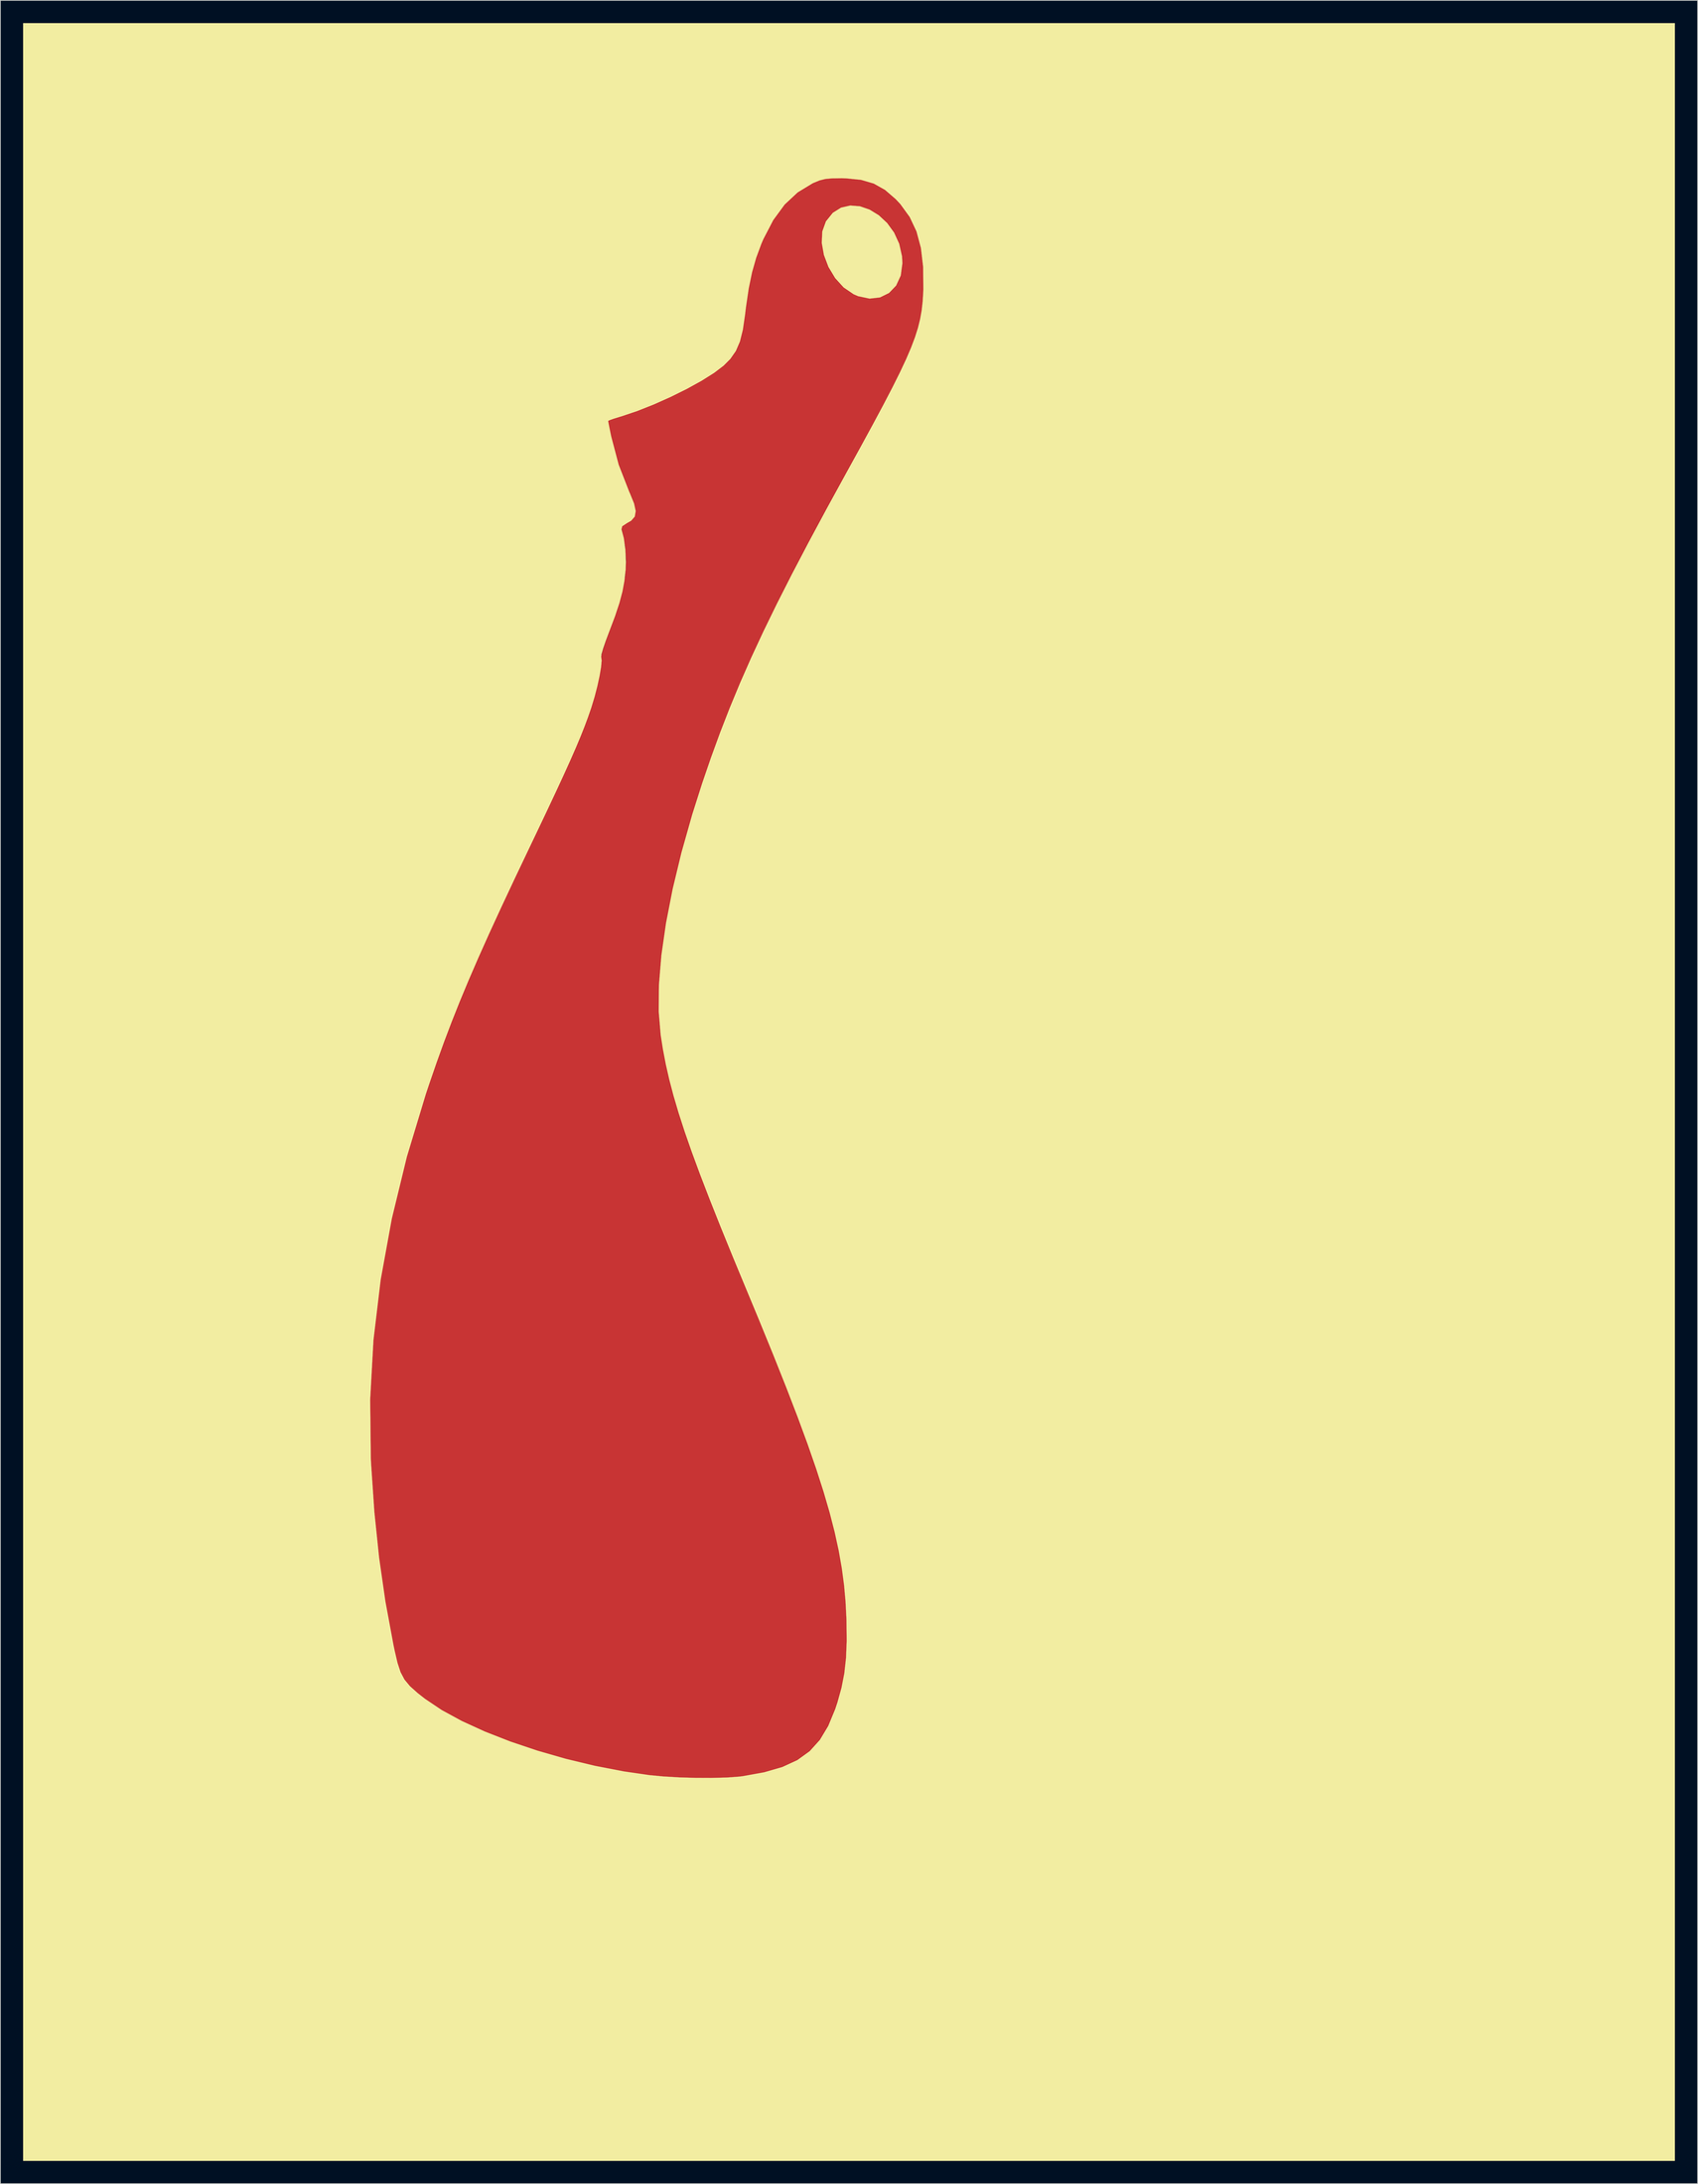
<source format=kicad_pcb>
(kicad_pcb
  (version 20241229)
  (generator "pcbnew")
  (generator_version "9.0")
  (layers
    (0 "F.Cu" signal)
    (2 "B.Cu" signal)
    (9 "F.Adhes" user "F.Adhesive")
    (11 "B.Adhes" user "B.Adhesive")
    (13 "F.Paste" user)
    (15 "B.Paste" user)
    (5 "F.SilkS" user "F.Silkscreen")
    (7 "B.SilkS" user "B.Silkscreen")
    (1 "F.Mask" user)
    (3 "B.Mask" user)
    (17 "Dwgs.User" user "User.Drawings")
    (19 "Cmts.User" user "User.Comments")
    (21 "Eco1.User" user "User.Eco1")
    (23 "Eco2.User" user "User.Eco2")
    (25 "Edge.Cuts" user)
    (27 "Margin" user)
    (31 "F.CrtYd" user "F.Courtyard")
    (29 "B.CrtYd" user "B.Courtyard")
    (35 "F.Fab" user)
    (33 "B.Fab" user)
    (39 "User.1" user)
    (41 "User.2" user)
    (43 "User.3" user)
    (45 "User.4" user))
  (footprint "master"
    (layer "F.Cu")
    (at 109.091 141.176)
    (property "Reference" "master" (at 0 0 0) (layer "F.SilkS") (effects (font (size 1.524 1.524) (thickness 0.3))))
    (attr through_hole)
    (fp_poly (pts (xy -49.298 -26.122) (xy -49.37 -25.863) (xy -49.621 -25.254) (xy -49.992 -24.423) (xy -50.422 -23.496) (xy -50.852 -22.603) (xy -51.221 -21.871) (xy -51.472 -21.428) (xy -51.519 -21.365) (xy -51.987 -21.156) (xy -52.866 -20.973) (xy -54.036 -20.827) (xy -55.372 -20.724) (xy -56.754 -20.674) (xy -58.059 -20.684) (xy -59.164 -20.763) (xy -59.567 -20.823) (xy -60.18 -21.007) (xy -60.496 -21.234) (xy -60.503 -21.256) (xy -60.301 -21.515) (xy -59.677 -21.923) (xy -58.707 -22.444) (xy -57.469 -23.039) (xy -56.043 -23.671) (xy -54.504 -24.304) (xy -52.932 -24.9) (xy -52.68 -24.99) (xy -51.446 -25.424) (xy -50.41 -25.778) (xy -49.669 -26.021) (xy -49.314 -26.122) (xy -49.298 -26.122)) (stroke (width 0.01) (type solid)) (fill yes) (layer "F.Cu"))
    (fp_poly (pts (xy 0.397 -120.707) (xy 1.346 -120.658) (xy 2.074 -120.542) (xy 2.738 -120.328) (xy 3.495 -119.988) (xy 3.802 -119.838) (xy 5.713 -118.607) (xy 7.294 -116.97) (xy 8.535 -114.948) (xy 9.426 -112.562) (xy 9.958 -109.835) (xy 10.121 -106.787) (xy 10.093 -105.744) (xy 10.01 -104.538) (xy 9.855 -103.346) (xy 9.612 -102.125) (xy 9.263 -100.833) (xy 8.789 -99.43) (xy 8.173 -97.872) (xy 7.397 -96.119) (xy 6.443 -94.128) (xy 5.293 -91.858) (xy 3.929 -89.267) (xy 2.334 -86.313) (xy 0.49 -82.954) (xy -0.149 -81.799) (xy -3.517 -75.634) (xy -6.571 -69.846) (xy -9.331 -64.393) (xy -11.813 -59.232) (xy -14.034 -54.32) (xy -16.014 -49.614) (xy -17.768 -45.072) (xy -19.316 -40.65) (xy -20.673 -36.306) (xy -21.858 -31.997) (xy -22.888 -27.68) (xy -23.507 -24.732) (xy -24.118 -21.475) (xy -24.569 -18.645) (xy -24.866 -16.157) (xy -25.018 -13.931) (xy -25.033 -11.885) (xy -24.918 -9.936) (xy -24.914 -9.893) (xy -24.606 -7.231) (xy -24.171 -4.628) (xy -23.576 -1.917) (xy -22.788 1.067) (xy -22.558 1.872) (xy -22.132 3.306) (xy -21.672 4.768) (xy -21.162 6.3) (xy -20.587 7.943) (xy -19.93 9.74) (xy -19.176 11.731) (xy -18.308 13.959) (xy -17.311 16.464) (xy -16.167 19.289) (xy -14.862 22.475) (xy -13.38 26.064) (xy -11.703 30.098) (xy -11.488 30.614) (xy -9.413 35.666) (xy -7.582 40.289) (xy -5.983 44.526) (xy -4.603 48.418) (xy -3.431 52.004) (xy -2.455 55.328) (xy -1.662 58.43) (xy -1.04 61.352) (xy -0.578 64.134) (xy -0.263 66.819) (xy -0.082 69.447) (xy -0.077 69.573) (xy -0.077 72.976) (xy -0.363 76.183) (xy -0.918 79.147) (xy -1.727 81.821) (xy -2.774 84.158) (xy -4.043 86.112) (xy -5.518 87.635) (xy -6.417 88.276) (xy -7.427 88.781) (xy -8.788 89.31) (xy -10.322 89.801) (xy -11.852 90.194) (xy -12.165 90.26) (xy -13.448 90.45) (xy -15.125 90.601) (xy -17.061 90.707) (xy -19.115 90.767) (xy -21.151 90.774) (xy -23.03 90.726) (xy -24.598 90.619) (xy -26.736 90.358) (xy -29.201 89.978) (xy -31.808 89.511) (xy -34.373 88.992) (xy -36.711 88.456) (xy -37.565 88.237) (xy -40.857 87.284) (xy -44.054 86.206) (xy -47.101 85.031) (xy -49.939 83.787) (xy -52.511 82.501) (xy -54.761 81.201) (xy -56.631 79.915) (xy -58.065 78.67) (xy -58.692 77.956) (xy -59.051 77.415) (xy -59.369 76.754) (xy -59.668 75.898) (xy -59.972 74.767) (xy -60.303 73.285) (xy -60.683 71.374) (xy -60.807 70.719) (xy -61.503 66.838) (xy -62.062 63.258) (xy -62.498 59.835) (xy -62.826 56.421) (xy -63.06 52.871) (xy -63.216 49.037) (xy -63.287 46.087) (xy -63.33 42.508) (xy -63.315 39.341) (xy -63.235 36.466) (xy -63.085 33.762) (xy -62.857 31.11) (xy -62.547 28.389) (xy -62.271 26.336) (xy -61.387 20.799) (xy -60.323 15.448) (xy -59.042 10.134) (xy -57.508 4.709) (xy -55.684 -0.977) (xy -55.517 -1.471) (xy -54.656 -3.956) (xy -53.79 -6.358) (xy -52.894 -8.734) (xy -51.944 -11.143) (xy -50.914 -13.643) (xy -49.781 -16.29) (xy -48.52 -19.143) (xy -47.106 -22.26) (xy -45.515 -25.698) (xy -43.722 -29.516) (xy -42.377 -32.352) (xy -40.978 -35.297) (xy -39.788 -37.813) (xy -38.782 -39.949) (xy -37.939 -41.759) (xy -37.234 -43.293) (xy -36.645 -44.603) (xy -36.148 -45.74) (xy -35.72 -46.757) (xy -35.337 -47.704) (xy -34.976 -48.634) (xy -34.715 -49.329) (xy -34.162 -50.94) (xy -33.67 -52.616) (xy -33.27 -54.22) (xy -32.999 -55.613) (xy -32.889 -56.659) (xy -32.888 -56.726) (xy -32.791 -57.359) (xy -32.526 -58.347) (xy -32.137 -59.552) (xy -31.689 -60.768) (xy -30.686 -63.526) (xy -29.986 -65.943) (xy -29.575 -68.114) (xy -29.444 -70.132) (xy -29.582 -72.091) (xy -29.977 -74.085) (xy -30.077 -74.462) (xy -30.056 -74.895) (xy -29.645 -75.25) (xy -29.349 -75.398) (xy -28.664 -75.903) (xy -28.386 -76.631) (xy -28.512 -77.626) (xy -29.038 -78.932) (xy -29.102 -79.06) (xy -29.637 -80.219) (xy -30.174 -81.537) (xy -30.471 -82.358) (xy -30.811 -83.469) (xy -31.142 -84.706) (xy -31.439 -85.955) (xy -31.679 -87.104) (xy -31.836 -88.037) (xy -31.887 -88.642) (xy -31.852 -88.804) (xy -31.521 -88.964) (xy -30.838 -89.203) (xy -30.174 -89.404) (xy -28.359 -89.996) (xy -26.279 -90.796) (xy -24.118 -91.724) (xy -22.061 -92.7) (xy -20.292 -93.644) (xy -20.134 -93.737) (xy -18.244 -94.913) (xy -16.791 -95.999) (xy -15.711 -97.088) (xy -14.941 -98.274) (xy -14.415 -99.652) (xy -14.071 -101.315) (xy -13.881 -102.919) (xy -13.396 -106.401) (xy -12.625 -109.6) (xy -11.729 -112.084) (xy -3.44 -112.084) (xy -3.16 -110.539) (xy -3.077 -110.248) (xy -2.262 -108.37) (xy -1.051 -106.841) (xy 0.522 -105.692) (xy 2.42 -104.954) (xy 2.941 -104.837) (xy 3.262 -104.885) (xy 3.883 -105.037) (xy 4.026 -105.076) (xy 5.195 -105.662) (xy 6.099 -106.645) (xy 6.686 -107.931) (xy 6.905 -109.427) (xy 6.863 -110.192) (xy 6.434 -112.032) (xy 5.643 -113.676) (xy 4.557 -115.054) (xy 3.244 -116.096) (xy 1.768 -116.732) (xy 0.497 -116.902) (xy -0.767 -116.746) (xy -1.745 -116.23) (xy -2.543 -115.283) (xy -2.874 -114.696) (xy -3.347 -113.418) (xy -3.44 -112.084) (xy -11.729 -112.084) (xy -11.588 -112.478) (xy -10.303 -114.996) (xy -8.791 -117.116) (xy -7.069 -118.8) (xy -5.57 -119.799) (xy -4.799 -120.203) (xy -4.172 -120.467) (xy -3.538 -120.62) (xy -2.746 -120.693) (xy -1.646 -120.715) (xy -0.93 -120.717) (xy 0.397 -120.707)) (stroke (width 0.01) (type solid)) (fill yes) (layer "F.Cu"))
    (fp_poly (pts (xy -4.356 -128.22) (xy -0.332 -127.748) (xy 3.391 -126.844) (xy 6.798 -125.519) (xy 9.879 -123.784) (xy 12.621 -121.648) (xy 15.012 -119.123) (xy 17.038 -116.218) (xy 18.69 -112.945) (xy 19.952 -109.313) (xy 20.815 -105.335) (xy 21.138 -102.751) (xy 21.239 -101.449) (xy 21.296 -100.126) (xy 21.303 -98.733) (xy 21.257 -97.224) (xy 21.152 -95.551) (xy 20.985 -93.664) (xy 20.751 -91.517) (xy 20.445 -89.061) (xy 20.063 -86.249) (xy 19.6 -83.032) (xy 19.051 -79.363) (xy 18.712 -77.136) (xy 18.211 -73.842) (xy 17.791 -71.001) (xy 17.444 -68.541) (xy 17.163 -66.386) (xy 16.938 -64.462) (xy 16.763 -62.698) (xy 16.629 -61.017) (xy 16.528 -59.347) (xy 16.453 -57.614) (xy 16.396 -55.743) (xy 16.386 -55.326) (xy 16.342 -52.115) (xy 16.385 -49.313) (xy 16.523 -46.802) (xy 16.766 -44.46) (xy 17.121 -42.169) (xy 17.505 -40.239) (xy 18.14 -37.298) (xy 20.099 -35.419) (xy 21.823 -33.879) (xy 23.945 -32.167) (xy 26.387 -30.332) (xy 29.074 -28.424) (xy 31.929 -26.491) (xy 34.877 -24.582) (xy 37.84 -22.746) (xy 40.743 -21.031) (xy 43.51 -19.487) (xy 46.063 -18.161) (xy 48.328 -17.103) (xy 49.463 -16.637) (xy 50.613 -16.252) (xy 51.905 -15.9) (xy 52.538 -15.76) (xy 53.801 -15.427) (xy 55.006 -14.96) (xy 56.044 -14.417) (xy 56.808 -13.857) (xy 57.192 -13.339) (xy 57.217 -13.195) (xy 57.196 -13.065) (xy 57.092 -12.945) (xy 56.842 -12.816) (xy 56.381 -12.656) (xy 55.646 -12.448) (xy 54.574 -12.17) (xy 53.101 -11.804) (xy 51.431 -11.394) (xy 47.607 -10.547) (xy 44.126 -9.973) (xy 40.885 -9.656) (xy 38.234 -9.578) (xy 36.604 -9.605) (xy 35.289 -9.692) (xy 34.068 -9.868) (xy 32.724 -10.16) (xy 31.817 -10.39) (xy 28.878 -11.223) (xy 25.802 -12.229) (xy 22.474 -13.447) (xy 19.533 -14.609) (xy 17.812 -15.282) (xy 16.503 -15.723) (xy 15.537 -15.939) (xy 14.846 -15.935) (xy 14.364 -15.72) (xy 14.023 -15.298) (xy 13.943 -15.143) (xy 13.735 -14.258) (xy 14.029 -13.493) (xy 14.836 -12.83) (xy 15.439 -12.529) (xy 17.634 -11.606) (xy 20.006 -10.668) (xy 22.458 -9.75) (xy 24.892 -8.886) (xy 27.211 -8.108) (xy 29.319 -7.451) (xy 31.117 -6.948) (xy 32.331 -6.667) (xy 32.855 -6.569) (xy 33.28 -6.47) (xy 33.646 -6.319) (xy 33.993 -6.064) (xy 34.36 -5.654) (xy 34.788 -5.037) (xy 35.317 -4.161) (xy 35.986 -2.975) (xy 36.835 -1.427) (xy 37.904 0.534) (xy 37.942 0.602) (xy 40.567 5.547) (xy 43.102 10.589) (xy 45.5 15.621) (xy 47.709 20.537) (xy 49.681 25.231) (xy 51.169 29.062) (xy 53.395 35.434) (xy 55.38 41.899) (xy 57.113 48.397) (xy 58.585 54.868) (xy 59.784 61.252) (xy 60.7 67.488) (xy 61.322 73.517) (xy 61.639 79.278) (xy 61.641 84.711) (xy 61.511 87.429) (xy 61.065 92.598) (xy 60.43 97.508) (xy 59.618 102.117) (xy 58.638 106.386) (xy 57.5 110.275) (xy 56.213 113.743) (xy 54.787 116.751) (xy 54.051 118.028) (xy 52.752 120.133) (xy 54.65 121.774) (xy 55.7 122.675) (xy 56.965 123.75) (xy 58.248 124.833) (xy 58.914 125.392) (xy 59.931 126.258) (xy 60.573 126.853) (xy 60.887 127.233) (xy 60.924 127.453) (xy 60.784 127.553) (xy 60.34 127.657) (xy 59.446 127.817) (xy 58.185 128.022) (xy 56.638 128.26) (xy 54.886 128.519) (xy 53.011 128.788) (xy 51.093 129.055) (xy 49.215 129.308) (xy 47.457 129.535) (xy 45.902 129.724) (xy 45.185 129.806) (xy 42.88 130.036) (xy 41.071 130.163) (xy 39.733 130.187) (xy 38.836 130.108) (xy 38.354 129.926) (xy 38.302 129.874) (xy 37.912 129.279) (xy 37.623 128.556) (xy 37.403 127.585) (xy 37.22 126.245) (xy 37.153 125.611) (xy 36.908 123.62) (xy 36.571 122.071) (xy 36.073 120.886) (xy 35.344 119.986) (xy 34.314 119.293) (xy 32.914 118.729) (xy 31.072 118.215) (xy 30.413 118.056) (xy 28.243 117.589) (xy 25.602 117.094) (xy 22.551 116.578) (xy 19.153 116.048) (xy 15.47 115.512) (xy 11.565 114.977) (xy 7.498 114.45) (xy 3.332 113.939) (xy -0.87 113.452) (xy -5.048 112.995) (xy -9.137 112.576) (xy -13.077 112.203) (xy -16.806 111.882) (xy -20.26 111.621) (xy -23.379 111.428) (xy -26.1 111.31) (xy -26.365 111.302) (xy -28.751 111.254) (xy -30.704 111.282) (xy -32.324 111.42) (xy -33.711 111.705) (xy -34.966 112.171) (xy -36.19 112.854) (xy -37.481 113.789) (xy -38.941 115.011) (xy -40.266 116.191) (xy -41.413 117.201) (xy -42.617 118.22) (xy -43.716 119.113) (xy -44.388 119.63) (xy -45.295 120.269) (xy -45.929 120.62) (xy -46.424 120.741) (xy -46.901 120.693) (xy -47.687 120.459) (xy -48.789 120.045) (xy -50.127 119.491) (xy -51.623 118.834) (xy -53.197 118.113) (xy -54.768 117.364) (xy -56.257 116.627) (xy -57.584 115.939) (xy -58.671 115.338) (xy -59.436 114.863) (xy -59.801 114.552) (xy -59.817 114.52) (xy -59.629 114.266) (xy -58.974 113.884) (xy -57.899 113.392) (xy -56.451 112.812) (xy -54.677 112.161) (xy -52.624 111.461) (xy -51.967 111.246) (xy -48.188 110.022) (xy -50.841 103.338) (xy -51.488 101.678) (xy -52.198 99.807) (xy -52.949 97.788) (xy -53.718 95.687) (xy -54.481 93.568) (xy -55.216 91.497) (xy -55.9 89.539) (xy -56.509 87.758) (xy -57.022 86.22) (xy -57.416 84.99) (xy -57.666 84.132) (xy -57.752 83.717) (xy -57.558 83.675) (xy -57.055 83.903) (xy -56.54 84.227) (xy -54.839 85.269) (xy -52.705 86.37) (xy -50.229 87.494) (xy -47.505 88.604) (xy -44.624 89.664) (xy -41.679 90.635) (xy -38.764 91.483) (xy -37.389 91.838) (xy -32.568 92.9) (xy -27.951 93.662) (xy -23.568 94.125) (xy -19.45 94.291) (xy -15.625 94.161) (xy -12.126 93.736) (xy -8.982 93.017) (xy -6.223 92.006) (xy -3.879 90.703) (xy -3.643 90.538) (xy -2.496 89.651) (xy -1.585 88.757) (xy -0.804 87.72) (xy -0.046 86.403) (xy 0.536 85.228) (xy 1.833 81.997) (xy 2.751 78.549) (xy 3.288 74.865) (xy 3.444 70.923) (xy 3.218 66.704) (xy 2.609 62.186) (xy 1.617 57.35) (xy 0.241 52.175) (xy -0.702 49.108) (xy -1.504 46.708) (xy -2.461 44.02) (xy -3.586 41.011) (xy -4.894 37.645) (xy -6.396 33.889) (xy -8.107 29.706) (xy -9.282 26.876) (xy -10.969 22.818) (xy -12.457 19.205) (xy -13.765 15.991) (xy -14.907 13.132) (xy -15.901 10.584) (xy -16.764 8.3) (xy -17.512 6.236) (xy -18.162 4.348) (xy -18.731 2.59) (xy -19.236 0.917) (xy -19.692 -0.716) (xy -20.051 -2.089) (xy -20.557 -4.287) (xy -20.992 -6.577) (xy -21.335 -8.81) (xy -21.562 -10.838) (xy -21.651 -12.512) (xy -21.652 -12.577) (xy -21.584 -14.165) (xy -21.384 -16.176) (xy -21.066 -18.517) (xy -20.647 -21.099) (xy -20.142 -23.83) (xy -19.568 -26.62) (xy -18.941 -29.376) (xy -18.276 -32.008) (xy -18.184 -32.352) (xy -17.04 -36.334) (xy -15.765 -40.319) (xy -14.337 -44.352) (xy -12.738 -48.479) (xy -10.946 -52.745) (xy -8.942 -57.197) (xy -6.706 -61.878) (xy -4.218 -66.834) (xy -1.457 -72.112) (xy 1.596 -77.756) (xy 2.801 -79.943) (xy 4.834 -83.634) (xy 6.607 -86.91) (xy 8.137 -89.811) (xy 9.439 -92.381) (xy 10.53 -94.66) (xy 11.425 -96.693) (xy 12.142 -98.52) (xy 12.695 -100.184) (xy 13.101 -101.727) (xy 13.375 -103.191) (xy 13.535 -104.619) (xy 13.596 -106.052) (xy 13.574 -107.532) (xy 13.545 -108.151) (xy 13.218 -111.303) (xy 12.586 -114.064) (xy 11.625 -116.496) (xy 10.312 -118.662) (xy 9.054 -120.178) (xy 7.184 -121.862) (xy 5.128 -123.091) (xy 2.835 -123.885) (xy 0.258 -124.261) (xy -1.891 -124.28) (xy -3.16 -124.212) (xy -4.101 -124.095) (xy -4.921 -123.875) (xy -5.824 -123.501) (xy -6.761 -123.048) (xy -9.071 -121.607) (xy -11.13 -119.707) (xy -12.927 -117.365) (xy -14.45 -114.601) (xy -15.689 -111.432) (xy -16.633 -107.877) (xy -16.983 -106.012) (xy -17.164 -104.769) (xy -17.302 -103.574) (xy -17.373 -102.632) (xy -17.378 -102.42) (xy -17.594 -101.022) (xy -18.177 -99.676) (xy -19.03 -98.583) (xy -19.331 -98.33) (xy -20.578 -97.49) (xy -22.097 -96.615) (xy -23.813 -95.734) (xy -25.649 -94.876) (xy -27.532 -94.07) (xy -29.386 -93.347) (xy -31.135 -92.736) (xy -32.706 -92.266) (xy -34.023 -91.966) (xy -35.011 -91.867) (xy -35.546 -91.967) (xy -36.148 -92.524) (xy -36.603 -93.354) (xy -36.813 -94.235) (xy -36.752 -94.804) (xy -36.281 -95.462) (xy -35.372 -96.181) (xy -34.112 -96.926) (xy -32.589 -97.661) (xy -30.889 -98.352) (xy -29.1 -98.965) (xy -27.311 -99.464) (xy -25.608 -99.814) (xy -24.079 -99.982) (xy -23.711 -99.991) (xy -22.483 -100.103) (xy -21.665 -100.455) (xy -21.17 -101.088) (xy -21.109 -101.233) (xy -21.042 -102.08) (xy -21.379 -102.89) (xy -21.764 -103.267) (xy -22.354 -103.435) (xy -23.347 -103.477) (xy -24.628 -103.403) (xy -26.083 -103.222) (xy -27.597 -102.944) (xy -28.608 -102.702) (xy -29.804 -102.378) (xy -30.838 -102.085) (xy -31.581 -101.859) (xy -31.871 -101.756) (xy -32.155 -101.692) (xy -32.246 -101.928) (xy -32.186 -102.576) (xy -32.185 -102.579) (xy -31.397 -107.124) (xy -30.334 -111.247) (xy -29 -114.942) (xy -27.4 -118.198) (xy -25.538 -121.007) (xy -23.418 -123.361) (xy -21.044 -125.251) (xy -20.886 -125.355) (xy -19.412 -126.203) (xy -17.848 -126.876) (xy -16.107 -127.396) (xy -14.103 -127.783) (xy -11.75 -128.056) (xy -8.961 -128.237) (xy -8.67 -128.25) (xy -4.356 -128.22)) (stroke (width 0.01) (type solid)) (fill yes) (layer "F.Cu"))
    (fp_poly (pts (xy 1.443 -116.98) (xy 2.721 -116.54) (xy 3.939 -115.792) (xy 5.037 -114.769) (xy 5.954 -113.505) (xy 6.628 -112.032) (xy 6.999 -110.384) (xy 7.052 -109.464) (xy 6.834 -107.836) (xy 6.223 -106.512) (xy 5.288 -105.535) (xy 4.096 -104.947) (xy 2.713 -104.791) (xy 1.207 -105.11) (xy 0.607 -105.369) (xy -0.708 -106.266) (xy -1.827 -107.499) (xy -2.708 -108.962) (xy -3.311 -110.549) (xy -3.596 -112.152) (xy -3.522 -113.665) (xy -3.049 -114.982) (xy -3.044 -114.991) (xy -2.138 -116.117) (xy -1.047 -116.802) (xy 0.167 -117.079) (xy 1.443 -116.98)) (stroke (width 0.01) (type solid)) (fill yes) (layer "F.SilkS"))
    (fp_poly (pts (xy 109.086 141.171) (xy -109.086 141.171) (xy -109.086 40.596) (xy -63.248 40.596) (xy -63.164 48.321) (xy -63.125 49.117) (xy -62.692 55.488) (xy -62.068 61.497) (xy -61.235 67.289) (xy -60.174 73.01) (xy -60.015 73.777) (xy -59.638 75.393) (xy -59.235 76.621) (xy -58.716 77.601) (xy -57.991 78.476) (xy -56.971 79.387) (xy -55.995 80.151) (xy -53.797 81.626) (xy -51.138 83.073) (xy -48.095 84.465) (xy -44.741 85.779) (xy -41.151 86.988) (xy -37.4 88.068) (xy -33.563 88.992) (xy -29.714 89.735) (xy -26.389 90.218) (xy -24.525 90.396) (xy -22.427 90.519) (xy -20.236 90.585) (xy -18.096 90.591) (xy -16.147 90.537) (xy -14.533 90.421) (xy -14.037 90.36) (xy -11.189 89.844) (xy -8.803 89.152) (xy -6.822 88.239) (xy -5.189 87.06) (xy -3.848 85.573) (xy -2.742 83.733) (xy -1.815 81.496) (xy -1.521 80.605) (xy -0.987 78.681) (xy -0.615 76.774) (xy -0.391 74.753) (xy -0.3 72.485) (xy -0.329 69.838) (xy -0.338 69.547) (xy -0.449 67.341) (xy -0.648 65.134) (xy -0.947 62.888) (xy -1.356 60.566) (xy -1.888 58.131) (xy -2.553 55.544) (xy -3.364 52.767) (xy -4.331 49.763) (xy -5.467 46.494) (xy -6.782 42.923) (xy -8.288 39.011) (xy -9.996 34.721) (xy -11.918 30.015) (xy -13.446 26.336) (xy -15.307 21.851) (xy -16.955 17.808) (xy -18.405 14.165) (xy -19.671 10.88) (xy -20.767 7.911) (xy -21.708 5.216) (xy -22.506 2.752) (xy -23.178 0.478) (xy -23.737 -1.649) (xy -24.197 -3.67) (xy -24.572 -5.629) (xy -24.872 -7.535) (xy -25.134 -10.651) (xy -25.1 -14.174) (xy -24.777 -18.068) (xy -24.17 -22.298) (xy -23.285 -26.83) (xy -22.127 -31.627) (xy -20.704 -36.654) (xy -19.392 -40.774) (xy -18.228 -44.163) (xy -17.024 -47.461) (xy -15.754 -50.723) (xy -14.394 -54.003) (xy -12.917 -57.356) (xy -11.299 -60.835) (xy -9.514 -64.495) (xy -7.538 -68.391) (xy -5.344 -72.576) (xy -2.909 -77.105) (xy -0.4 -81.681) (xy 1.487 -85.108) (xy 3.125 -88.114) (xy 4.532 -90.741) (xy 5.725 -93.033) (xy 6.723 -95.031) (xy 7.543 -96.777) (xy 8.203 -98.315) (xy 8.721 -99.686) (xy 9.115 -100.934) (xy 9.402 -102.1) (xy 9.601 -103.227) (xy 9.729 -104.358) (xy 9.804 -105.534) (xy 9.822 -106.012) (xy 9.799 -108.946) (xy 9.504 -111.473) (xy 8.918 -113.659) (xy 8.019 -115.568) (xy 6.788 -117.265) (xy 6.165 -117.933) (xy 4.751 -119.151) (xy 3.272 -119.981) (xy 1.599 -120.472) (xy -0.398 -120.676) (xy -0.936 -120.688) (xy -2.198 -120.677) (xy -3.117 -120.593) (xy -3.881 -120.403) (xy -4.68 -120.074) (xy -4.813 -120.012) (xy -6.778 -118.819) (xy -8.501 -117.211) (xy -10.006 -115.158) (xy -11.318 -112.633) (xy -11.591 -111.993) (xy -12.265 -110.169) (xy -12.806 -108.264) (xy -13.245 -106.144) (xy -13.611 -103.674) (xy -13.734 -102.65) (xy -14.022 -100.674) (xy -14.41 -99.118) (xy -14.947 -97.872) (xy -15.679 -96.822) (xy -16.565 -95.934) (xy -17.812 -94.984) (xy -19.466 -93.942) (xy -21.418 -92.864) (xy -23.561 -91.802) (xy -25.784 -90.809) (xy -27.981 -89.938) (xy -30.043 -89.244) (xy -30.279 -89.175) (xy -31.093 -88.924) (xy -31.65 -88.724) (xy -31.817 -88.631) (xy -31.766 -88.341) (xy -31.633 -87.665) (xy -31.444 -86.739) (xy -31.41 -86.578) (xy -30.426 -82.851) (xy -29.028 -79.263) (xy -28.936 -79.063) (xy -28.391 -77.722) (xy -28.176 -76.728) (xy -28.301 -75.999) (xy -28.772 -75.456) (xy -29.34 -75.131) (xy -29.96 -74.72) (xy -30.055 -74.328) (xy -29.744 -73.139) (xy -29.541 -71.638) (xy -29.468 -70.042) (xy -29.506 -68.981) (xy -29.665 -67.519) (xy -29.927 -66.097) (xy -30.329 -64.587) (xy -30.902 -62.858) (xy -31.683 -60.783) (xy -31.69 -60.767) (xy -32.137 -59.572) (xy -32.483 -58.553) (xy -32.694 -57.814) (xy -32.737 -57.459) (xy -32.734 -57.454) (xy -32.672 -56.992) (xy -32.749 -56.128) (xy -32.945 -54.97) (xy -33.237 -53.625) (xy -33.605 -52.201) (xy -34.028 -50.806) (xy -34.074 -50.666) (xy -34.481 -49.491) (xy -34.936 -48.269) (xy -35.46 -46.95) (xy -36.076 -45.483) (xy -36.806 -43.817) (xy -37.673 -41.901) (xy -38.699 -39.684) (xy -39.907 -37.115) (xy -41.319 -34.144) (xy -42.112 -32.485) (xy -44.132 -28.239) (xy -45.93 -24.405) (xy -47.532 -20.92) (xy -48.963 -17.723) (xy -50.25 -14.752) (xy -51.419 -11.945) (xy -52.495 -9.239) (xy -53.505 -6.574) (xy -54.474 -3.887) (xy -55.43 -1.117) (xy -55.893 0.267) (xy -58.399 8.546) (xy -60.388 16.722) (xy -61.86 24.792) (xy -62.813 32.752) (xy -63.248 40.596) (xy -109.086 40.596) (xy -109.086 -141.171) (xy 109.086 -141.171) (xy 109.086 141.171)) (stroke (width 0.01) (type solid)) (fill yes) (layer "F.SilkS")))
  (gr_rect
    (start -3 -3)
    (end 221.183 285.351)
    (stroke (width 0.1) (type default))
    (fill no)
    (layer "Edge.Cuts")))
</source>
